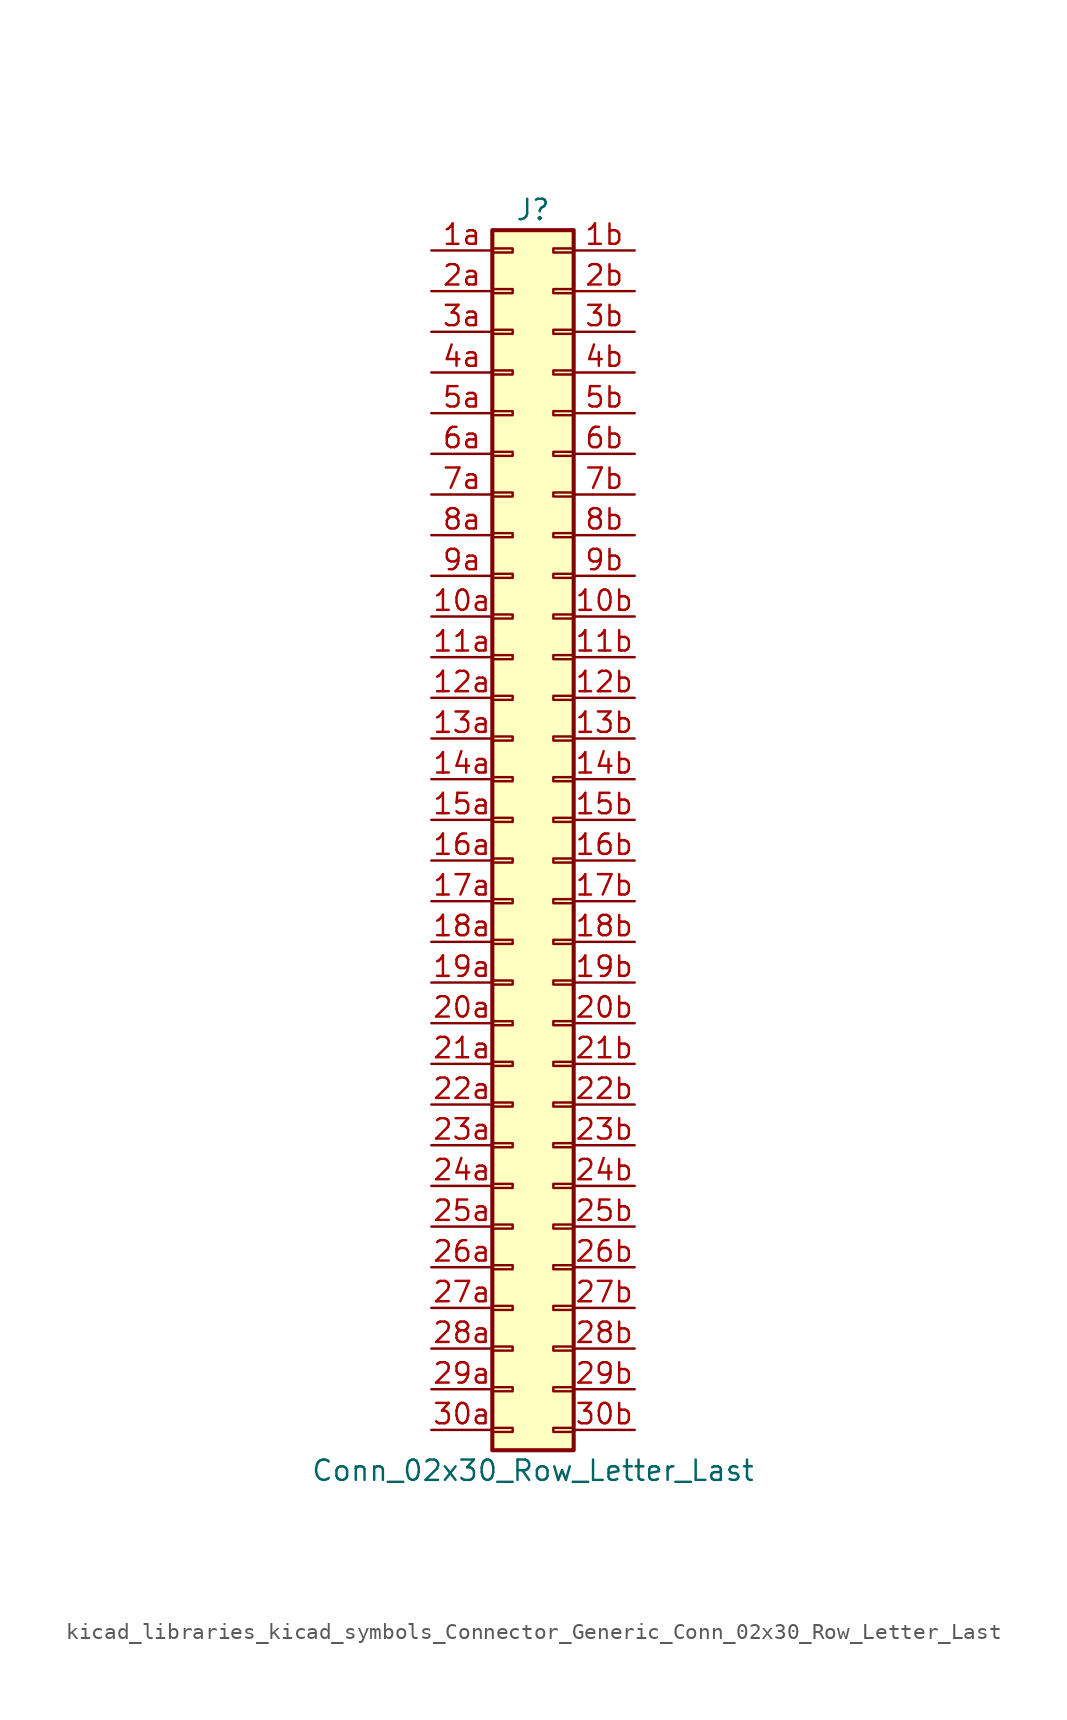
<source format=kicad_sym>
(kicad_symbol_lib
  (version 20220914)
  (generator kicad_symbol_editor)
  (symbol "kicad_libraries_kicad_symbols_Connector_Generic_Conn_02x30_Row_Letter_Last"
    (pin_names
      (offset 1.016) hide)
    (property "Reference" "J"
      (at 1.27 38.1 0)
      (effects (font (size 1.27 1.27))))
    (property "Value" "Conn_02x30_Row_Letter_Last"
      (at 1.27 -40.64 0)
      (effects (font (size 1.27 1.27))))
    (symbol "kicad_libraries_kicad_symbols_Connector_Generic_Conn_02x30_Row_Letter_Last_1_1"
      (rectangle (start -1.27 -37.973) (end 0 -38.227) (stroke (width 0.152) (type default)) (fill (type none)))
      (rectangle (start -1.27 -35.433) (end 0 -35.687) (stroke (width 0.152) (type default)) (fill (type none)))
      (rectangle (start -1.27 -32.893) (end 0 -33.147) (stroke (width 0.152) (type default)) (fill (type none)))
      (rectangle (start -1.27 -30.353) (end 0 -30.607) (stroke (width 0.152) (type default)) (fill (type none)))
      (rectangle (start -1.27 -27.813) (end 0 -28.067) (stroke (width 0.152) (type default)) (fill (type none)))
      (rectangle (start -1.27 -25.273) (end 0 -25.527) (stroke (width 0.152) (type default)) (fill (type none)))
      (rectangle (start -1.27 -22.733) (end 0 -22.987) (stroke (width 0.152) (type default)) (fill (type none)))
      (rectangle (start -1.27 -20.193) (end 0 -20.447) (stroke (width 0.152) (type default)) (fill (type none)))
      (rectangle (start -1.27 -17.653) (end 0 -17.907) (stroke (width 0.152) (type default)) (fill (type none)))
      (rectangle (start -1.27 -15.113) (end 0 -15.367) (stroke (width 0.152) (type default)) (fill (type none)))
      (rectangle (start -1.27 -12.573) (end 0 -12.827) (stroke (width 0.152) (type default)) (fill (type none)))
      (rectangle (start -1.27 -10.033) (end 0 -10.287) (stroke (width 0.152) (type default)) (fill (type none)))
      (rectangle (start -1.27 -7.493) (end 0 -7.747) (stroke (width 0.152) (type default)) (fill (type none)))
      (rectangle (start -1.27 -4.953) (end 0 -5.207) (stroke (width 0.152) (type default)) (fill (type none)))
      (rectangle (start -1.27 -2.413) (end 0 -2.667) (stroke (width 0.152) (type default)) (fill (type none)))
      (rectangle (start -1.27 0.127) (end 0 -0.127) (stroke (width 0.152) (type default)) (fill (type none)))
      (rectangle (start -1.27 2.667) (end 0 2.413) (stroke (width 0.152) (type default)) (fill (type none)))
      (rectangle (start -1.27 5.207) (end 0 4.953) (stroke (width 0.152) (type default)) (fill (type none)))
      (rectangle (start -1.27 7.747) (end 0 7.493) (stroke (width 0.152) (type default)) (fill (type none)))
      (rectangle (start -1.27 10.287) (end 0 10.033) (stroke (width 0.152) (type default)) (fill (type none)))
      (rectangle (start -1.27 12.827) (end 0 12.573) (stroke (width 0.152) (type default)) (fill (type none)))
      (rectangle (start -1.27 15.367) (end 0 15.113) (stroke (width 0.152) (type default)) (fill (type none)))
      (rectangle (start -1.27 17.907) (end 0 17.653) (stroke (width 0.152) (type default)) (fill (type none)))
      (rectangle (start -1.27 20.447) (end 0 20.193) (stroke (width 0.152) (type default)) (fill (type none)))
      (rectangle (start -1.27 22.987) (end 0 22.733) (stroke (width 0.152) (type default)) (fill (type none)))
      (rectangle (start -1.27 25.527) (end 0 25.273) (stroke (width 0.152) (type default)) (fill (type none)))
      (rectangle (start -1.27 28.067) (end 0 27.813) (stroke (width 0.152) (type default)) (fill (type none)))
      (rectangle (start -1.27 30.607) (end 0 30.353) (stroke (width 0.152) (type default)) (fill (type none)))
      (rectangle (start -1.27 33.147) (end 0 32.893) (stroke (width 0.152) (type default)) (fill (type none)))
      (rectangle (start -1.27 35.687) (end 0 35.433) (stroke (width 0.152) (type default)) (fill (type none)))
      (rectangle (start -1.27 36.83) (end 3.81 -39.37) (stroke (width 0.254) (type default)) (fill (type background)))
      (rectangle (start 3.81 -37.973) (end 2.54 -38.227) (stroke (width 0.152) (type default)) (fill (type none)))
      (rectangle (start 3.81 -35.433) (end 2.54 -35.687) (stroke (width 0.152) (type default)) (fill (type none)))
      (rectangle (start 3.81 -32.893) (end 2.54 -33.147) (stroke (width 0.152) (type default)) (fill (type none)))
      (rectangle (start 3.81 -30.353) (end 2.54 -30.607) (stroke (width 0.152) (type default)) (fill (type none)))
      (rectangle (start 3.81 -27.813) (end 2.54 -28.067) (stroke (width 0.152) (type default)) (fill (type none)))
      (rectangle (start 3.81 -25.273) (end 2.54 -25.527) (stroke (width 0.152) (type default)) (fill (type none)))
      (rectangle (start 3.81 -22.733) (end 2.54 -22.987) (stroke (width 0.152) (type default)) (fill (type none)))
      (rectangle (start 3.81 -20.193) (end 2.54 -20.447) (stroke (width 0.152) (type default)) (fill (type none)))
      (rectangle (start 3.81 -17.653) (end 2.54 -17.907) (stroke (width 0.152) (type default)) (fill (type none)))
      (rectangle (start 3.81 -15.113) (end 2.54 -15.367) (stroke (width 0.152) (type default)) (fill (type none)))
      (rectangle (start 3.81 -12.573) (end 2.54 -12.827) (stroke (width 0.152) (type default)) (fill (type none)))
      (rectangle (start 3.81 -10.033) (end 2.54 -10.287) (stroke (width 0.152) (type default)) (fill (type none)))
      (rectangle (start 3.81 -7.493) (end 2.54 -7.747) (stroke (width 0.152) (type default)) (fill (type none)))
      (rectangle (start 3.81 -4.953) (end 2.54 -5.207) (stroke (width 0.152) (type default)) (fill (type none)))
      (rectangle (start 3.81 -2.413) (end 2.54 -2.667) (stroke (width 0.152) (type default)) (fill (type none)))
      (rectangle (start 3.81 0.127) (end 2.54 -0.127) (stroke (width 0.152) (type default)) (fill (type none)))
      (rectangle (start 3.81 2.667) (end 2.54 2.413) (stroke (width 0.152) (type default)) (fill (type none)))
      (rectangle (start 3.81 5.207) (end 2.54 4.953) (stroke (width 0.152) (type default)) (fill (type none)))
      (rectangle (start 3.81 7.747) (end 2.54 7.493) (stroke (width 0.152) (type default)) (fill (type none)))
      (rectangle (start 3.81 10.287) (end 2.54 10.033) (stroke (width 0.152) (type default)) (fill (type none)))
      (rectangle (start 3.81 12.827) (end 2.54 12.573) (stroke (width 0.152) (type default)) (fill (type none)))
      (rectangle (start 3.81 15.367) (end 2.54 15.113) (stroke (width 0.152) (type default)) (fill (type none)))
      (rectangle (start 3.81 17.907) (end 2.54 17.653) (stroke (width 0.152) (type default)) (fill (type none)))
      (rectangle (start 3.81 20.447) (end 2.54 20.193) (stroke (width 0.152) (type default)) (fill (type none)))
      (rectangle (start 3.81 22.987) (end 2.54 22.733) (stroke (width 0.152) (type default)) (fill (type none)))
      (rectangle (start 3.81 25.527) (end 2.54 25.273) (stroke (width 0.152) (type default)) (fill (type none)))
      (rectangle (start 3.81 28.067) (end 2.54 27.813) (stroke (width 0.152) (type default)) (fill (type none)))
      (rectangle (start 3.81 30.607) (end 2.54 30.353) (stroke (width 0.152) (type default)) (fill (type none)))
      (rectangle (start 3.81 33.147) (end 2.54 32.893) (stroke (width 0.152) (type default)) (fill (type none)))
      (rectangle (start 3.81 35.687) (end 2.54 35.433) (stroke (width 0.152) (type default)) (fill (type none)))
      (pin passive line (at -5.08 12.7 0) (length 3.81) (name "Pin_10a" (effects (font (size 1.27 1.27)))) (number "10a" (effects (font (size 1.27 1.27)))))
      (pin passive line (at 7.62 12.7 180) (length 3.81) (name "Pin_10b" (effects (font (size 1.27 1.27)))) (number "10b" (effects (font (size 1.27 1.27)))))
      (pin passive line (at -5.08 10.16 0) (length 3.81) (name "Pin_11a" (effects (font (size 1.27 1.27)))) (number "11a" (effects (font (size 1.27 1.27)))))
      (pin passive line (at 7.62 10.16 180) (length 3.81) (name "Pin_11b" (effects (font (size 1.27 1.27)))) (number "11b" (effects (font (size 1.27 1.27)))))
      (pin passive line (at -5.08 7.62 0) (length 3.81) (name "Pin_12a" (effects (font (size 1.27 1.27)))) (number "12a" (effects (font (size 1.27 1.27)))))
      (pin passive line (at 7.62 7.62 180) (length 3.81) (name "Pin_12b" (effects (font (size 1.27 1.27)))) (number "12b" (effects (font (size 1.27 1.27)))))
      (pin passive line (at -5.08 5.08 0) (length 3.81) (name "Pin_13a" (effects (font (size 1.27 1.27)))) (number "13a" (effects (font (size 1.27 1.27)))))
      (pin passive line (at 7.62 5.08 180) (length 3.81) (name "Pin_13b" (effects (font (size 1.27 1.27)))) (number "13b" (effects (font (size 1.27 1.27)))))
      (pin passive line (at -5.08 2.54 0) (length 3.81) (name "Pin_14a" (effects (font (size 1.27 1.27)))) (number "14a" (effects (font (size 1.27 1.27)))))
      (pin passive line (at 7.62 2.54 180) (length 3.81) (name "Pin_14b" (effects (font (size 1.27 1.27)))) (number "14b" (effects (font (size 1.27 1.27)))))
      (pin passive line (at -5.08 0 0) (length 3.81) (name "Pin_15a" (effects (font (size 1.27 1.27)))) (number "15a" (effects (font (size 1.27 1.27)))))
      (pin passive line (at 7.62 0 180) (length 3.81) (name "Pin_15b" (effects (font (size 1.27 1.27)))) (number "15b" (effects (font (size 1.27 1.27)))))
      (pin passive line (at -5.08 -2.54 0) (length 3.81) (name "Pin_16a" (effects (font (size 1.27 1.27)))) (number "16a" (effects (font (size 1.27 1.27)))))
      (pin passive line (at 7.62 -2.54 180) (length 3.81) (name "Pin_16b" (effects (font (size 1.27 1.27)))) (number "16b" (effects (font (size 1.27 1.27)))))
      (pin passive line (at -5.08 -5.08 0) (length 3.81) (name "Pin_17a" (effects (font (size 1.27 1.27)))) (number "17a" (effects (font (size 1.27 1.27)))))
      (pin passive line (at 7.62 -5.08 180) (length 3.81) (name "Pin_17b" (effects (font (size 1.27 1.27)))) (number "17b" (effects (font (size 1.27 1.27)))))
      (pin passive line (at -5.08 -7.62 0) (length 3.81) (name "Pin_18a" (effects (font (size 1.27 1.27)))) (number "18a" (effects (font (size 1.27 1.27)))))
      (pin passive line (at 7.62 -7.62 180) (length 3.81) (name "Pin_18b" (effects (font (size 1.27 1.27)))) (number "18b" (effects (font (size 1.27 1.27)))))
      (pin passive line (at -5.08 -10.16 0) (length 3.81) (name "Pin_19a" (effects (font (size 1.27 1.27)))) (number "19a" (effects (font (size 1.27 1.27)))))
      (pin passive line (at 7.62 -10.16 180) (length 3.81) (name "Pin_19b" (effects (font (size 1.27 1.27)))) (number "19b" (effects (font (size 1.27 1.27)))))
      (pin passive line (at -5.08 35.56 0) (length 3.81) (name "Pin_1a" (effects (font (size 1.27 1.27)))) (number "1a" (effects (font (size 1.27 1.27)))))
      (pin passive line (at 7.62 35.56 180) (length 3.81) (name "Pin_1b" (effects (font (size 1.27 1.27)))) (number "1b" (effects (font (size 1.27 1.27)))))
      (pin passive line (at -5.08 -12.7 0) (length 3.81) (name "Pin_20a" (effects (font (size 1.27 1.27)))) (number "20a" (effects (font (size 1.27 1.27)))))
      (pin passive line (at 7.62 -12.7 180) (length 3.81) (name "Pin_20b" (effects (font (size 1.27 1.27)))) (number "20b" (effects (font (size 1.27 1.27)))))
      (pin passive line (at -5.08 -15.24 0) (length 3.81) (name "Pin_21a" (effects (font (size 1.27 1.27)))) (number "21a" (effects (font (size 1.27 1.27)))))
      (pin passive line (at 7.62 -15.24 180) (length 3.81) (name "Pin_21b" (effects (font (size 1.27 1.27)))) (number "21b" (effects (font (size 1.27 1.27)))))
      (pin passive line (at -5.08 -17.78 0) (length 3.81) (name "Pin_22a" (effects (font (size 1.27 1.27)))) (number "22a" (effects (font (size 1.27 1.27)))))
      (pin passive line (at 7.62 -17.78 180) (length 3.81) (name "Pin_22b" (effects (font (size 1.27 1.27)))) (number "22b" (effects (font (size 1.27 1.27)))))
      (pin passive line (at -5.08 -20.32 0) (length 3.81) (name "Pin_23a" (effects (font (size 1.27 1.27)))) (number "23a" (effects (font (size 1.27 1.27)))))
      (pin passive line (at 7.62 -20.32 180) (length 3.81) (name "Pin_23b" (effects (font (size 1.27 1.27)))) (number "23b" (effects (font (size 1.27 1.27)))))
      (pin passive line (at -5.08 -22.86 0) (length 3.81) (name "Pin_24a" (effects (font (size 1.27 1.27)))) (number "24a" (effects (font (size 1.27 1.27)))))
      (pin passive line (at 7.62 -22.86 180) (length 3.81) (name "Pin_24b" (effects (font (size 1.27 1.27)))) (number "24b" (effects (font (size 1.27 1.27)))))
      (pin passive line (at -5.08 -25.4 0) (length 3.81) (name "Pin_25a" (effects (font (size 1.27 1.27)))) (number "25a" (effects (font (size 1.27 1.27)))))
      (pin passive line (at 7.62 -25.4 180) (length 3.81) (name "Pin_25b" (effects (font (size 1.27 1.27)))) (number "25b" (effects (font (size 1.27 1.27)))))
      (pin passive line (at -5.08 -27.94 0) (length 3.81) (name "Pin_26a" (effects (font (size 1.27 1.27)))) (number "26a" (effects (font (size 1.27 1.27)))))
      (pin passive line (at 7.62 -27.94 180) (length 3.81) (name "Pin_26b" (effects (font (size 1.27 1.27)))) (number "26b" (effects (font (size 1.27 1.27)))))
      (pin passive line (at -5.08 -30.48 0) (length 3.81) (name "Pin_27a" (effects (font (size 1.27 1.27)))) (number "27a" (effects (font (size 1.27 1.27)))))
      (pin passive line (at 7.62 -30.48 180) (length 3.81) (name "Pin_27b" (effects (font (size 1.27 1.27)))) (number "27b" (effects (font (size 1.27 1.27)))))
      (pin passive line (at -5.08 -33.02 0) (length 3.81) (name "Pin_28a" (effects (font (size 1.27 1.27)))) (number "28a" (effects (font (size 1.27 1.27)))))
      (pin passive line (at 7.62 -33.02 180) (length 3.81) (name "Pin_28b" (effects (font (size 1.27 1.27)))) (number "28b" (effects (font (size 1.27 1.27)))))
      (pin passive line (at -5.08 -35.56 0) (length 3.81) (name "Pin_29a" (effects (font (size 1.27 1.27)))) (number "29a" (effects (font (size 1.27 1.27)))))
      (pin passive line (at 7.62 -35.56 180) (length 3.81) (name "Pin_29b" (effects (font (size 1.27 1.27)))) (number "29b" (effects (font (size 1.27 1.27)))))
      (pin passive line (at -5.08 33.02 0) (length 3.81) (name "Pin_2a" (effects (font (size 1.27 1.27)))) (number "2a" (effects (font (size 1.27 1.27)))))
      (pin passive line (at 7.62 33.02 180) (length 3.81) (name "Pin_2b" (effects (font (size 1.27 1.27)))) (number "2b" (effects (font (size 1.27 1.27)))))
      (pin passive line (at -5.08 -38.1 0) (length 3.81) (name "Pin_30a" (effects (font (size 1.27 1.27)))) (number "30a" (effects (font (size 1.27 1.27)))))
      (pin passive line (at 7.62 -38.1 180) (length 3.81) (name "Pin_30b" (effects (font (size 1.27 1.27)))) (number "30b" (effects (font (size 1.27 1.27)))))
      (pin passive line (at -5.08 30.48 0) (length 3.81) (name "Pin_3a" (effects (font (size 1.27 1.27)))) (number "3a" (effects (font (size 1.27 1.27)))))
      (pin passive line (at 7.62 30.48 180) (length 3.81) (name "Pin_3b" (effects (font (size 1.27 1.27)))) (number "3b" (effects (font (size 1.27 1.27)))))
      (pin passive line (at -5.08 27.94 0) (length 3.81) (name "Pin_4a" (effects (font (size 1.27 1.27)))) (number "4a" (effects (font (size 1.27 1.27)))))
      (pin passive line (at 7.62 27.94 180) (length 3.81) (name "Pin_4b" (effects (font (size 1.27 1.27)))) (number "4b" (effects (font (size 1.27 1.27)))))
      (pin passive line (at -5.08 25.4 0) (length 3.81) (name "Pin_5a" (effects (font (size 1.27 1.27)))) (number "5a" (effects (font (size 1.27 1.27)))))
      (pin passive line (at 7.62 25.4 180) (length 3.81) (name "Pin_5b" (effects (font (size 1.27 1.27)))) (number "5b" (effects (font (size 1.27 1.27)))))
      (pin passive line (at -5.08 22.86 0) (length 3.81) (name "Pin_6a" (effects (font (size 1.27 1.27)))) (number "6a" (effects (font (size 1.27 1.27)))))
      (pin passive line (at 7.62 22.86 180) (length 3.81) (name "Pin_6b" (effects (font (size 1.27 1.27)))) (number "6b" (effects (font (size 1.27 1.27)))))
      (pin passive line (at -5.08 20.32 0) (length 3.81) (name "Pin_7a" (effects (font (size 1.27 1.27)))) (number "7a" (effects (font (size 1.27 1.27)))))
      (pin passive line (at 7.62 20.32 180) (length 3.81) (name "Pin_7b" (effects (font (size 1.27 1.27)))) (number "7b" (effects (font (size 1.27 1.27)))))
      (pin passive line (at -5.08 17.78 0) (length 3.81) (name "Pin_8a" (effects (font (size 1.27 1.27)))) (number "8a" (effects (font (size 1.27 1.27)))))
      (pin passive line (at 7.62 17.78 180) (length 3.81) (name "Pin_8b" (effects (font (size 1.27 1.27)))) (number "8b" (effects (font (size 1.27 1.27)))))
      (pin passive line (at -5.08 15.24 0) (length 3.81) (name "Pin_9a" (effects (font (size 1.27 1.27)))) (number "9a" (effects (font (size 1.27 1.27)))))
      (pin passive line (at 7.62 15.24 180) (length 3.81) (name "Pin_9b" (effects (font (size 1.27 1.27)))) (number "9b" (effects (font (size 1.27 1.27))))))))
</source>
